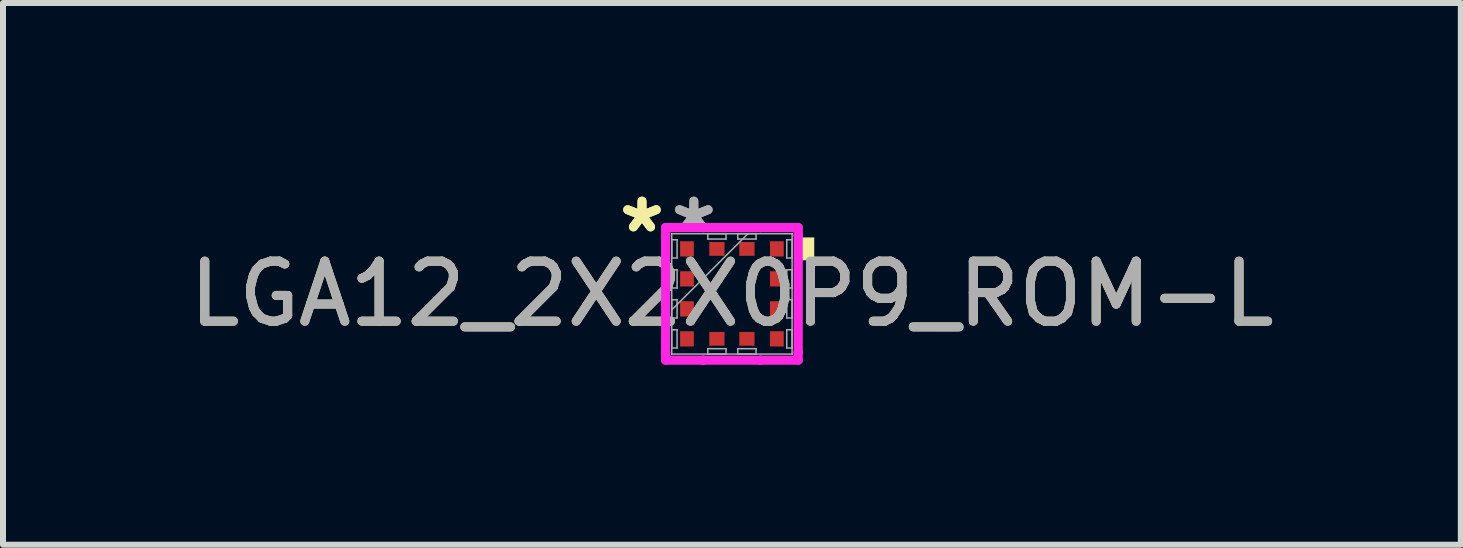
<source format=kicad_pcb>
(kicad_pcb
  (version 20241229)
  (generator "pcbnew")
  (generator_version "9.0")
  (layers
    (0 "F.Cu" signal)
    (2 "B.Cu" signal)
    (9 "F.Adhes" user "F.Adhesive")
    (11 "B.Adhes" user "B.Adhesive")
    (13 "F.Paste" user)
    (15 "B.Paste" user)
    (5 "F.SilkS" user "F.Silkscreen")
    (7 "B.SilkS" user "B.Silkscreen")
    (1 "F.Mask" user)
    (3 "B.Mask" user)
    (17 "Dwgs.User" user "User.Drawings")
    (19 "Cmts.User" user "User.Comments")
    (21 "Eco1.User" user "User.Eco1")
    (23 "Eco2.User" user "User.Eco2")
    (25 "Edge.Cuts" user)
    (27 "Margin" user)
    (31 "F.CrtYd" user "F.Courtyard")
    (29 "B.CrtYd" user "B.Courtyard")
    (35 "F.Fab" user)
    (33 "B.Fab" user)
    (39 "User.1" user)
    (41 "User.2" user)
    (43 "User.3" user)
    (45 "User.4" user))
  (footprint "LGA12_2X2X0P9_ROM-L"
    (layer "F.Cu")
    (at 9.149 1.848)
    (property "Reference" "LGA12_2X2X0P9_ROM-L" (at 0 0 0) (unlocked yes) (layer "F.SilkS") (effects (font (size 1 1) (thickness 0.15))))
    (attr smd)
    (fp_poly (pts (xy 1.372 -0.941) (xy 1.372 -0.56) (xy 1.118 -0.56) (xy 1.118 -0.941)) (stroke (width 0) (type solid)) (fill yes) (layer "F.SilkS"))
    (fp_line (start -1.105 -1.105) (end -0.479 -1.105) (stroke (width 0.152) (type solid)) (layer "F.CrtYd"))
    (fp_line (start -1.105 -0.979) (end -1.105 -1.105) (stroke (width 0.152) (type solid)) (layer "F.CrtYd"))
    (fp_line (start -1.105 -0.979) (end -1.105 -0.979) (stroke (width 0.152) (type solid)) (layer "F.CrtYd"))
    (fp_line (start -1.105 0.979) (end -1.105 -0.979) (stroke (width 0.152) (type solid)) (layer "F.CrtYd"))
    (fp_line (start -1.105 0.979) (end -1.105 0.979) (stroke (width 0.152) (type solid)) (layer "F.CrtYd"))
    (fp_line (start -1.105 1.105) (end -1.105 0.979) (stroke (width 0.152) (type solid)) (layer "F.CrtYd"))
    (fp_line (start -0.479 -1.105) (end -0.479 -1.105) (stroke (width 0.152) (type solid)) (layer "F.CrtYd"))
    (fp_line (start -0.479 -1.105) (end 0.479 -1.105) (stroke (width 0.152) (type solid)) (layer "F.CrtYd"))
    (fp_line (start -0.479 1.105) (end -1.105 1.105) (stroke (width 0.152) (type solid)) (layer "F.CrtYd"))
    (fp_line (start -0.479 1.105) (end -0.479 1.105) (stroke (width 0.152) (type solid)) (layer "F.CrtYd"))
    (fp_line (start 0.479 -1.105) (end 0.479 -1.105) (stroke (width 0.152) (type solid)) (layer "F.CrtYd"))
    (fp_line (start 0.479 -1.105) (end 1.105 -1.105) (stroke (width 0.152) (type solid)) (layer "F.CrtYd"))
    (fp_line (start 0.479 1.105) (end -0.479 1.105) (stroke (width 0.152) (type solid)) (layer "F.CrtYd"))
    (fp_line (start 0.479 1.105) (end 0.479 1.105) (stroke (width 0.152) (type solid)) (layer "F.CrtYd"))
    (fp_line (start 1.105 -1.105) (end 1.105 -0.979) (stroke (width 0.152) (type solid)) (layer "F.CrtYd"))
    (fp_line (start 1.105 -0.979) (end 1.105 -0.979) (stroke (width 0.152) (type solid)) (layer "F.CrtYd"))
    (fp_line (start 1.105 -0.979) (end 1.105 0.979) (stroke (width 0.152) (type solid)) (layer "F.CrtYd"))
    (fp_line (start 1.105 0.979) (end 1.105 0.979) (stroke (width 0.152) (type solid)) (layer "F.CrtYd"))
    (fp_line (start 1.105 0.979) (end 1.105 1.105) (stroke (width 0.152) (type solid)) (layer "F.CrtYd"))
    (fp_line (start 1.105 1.105) (end 0.479 1.105) (stroke (width 0.152) (type solid)) (layer "F.CrtYd"))
    (fp_line (start -1.003 -1.003) (end -1.003 -1.003) (stroke (width 0.025) (type solid)) (layer "F.Fab"))
    (fp_line (start -1.003 -1.003) (end -1.003 1.003) (stroke (width 0.025) (type solid)) (layer "F.Fab"))
    (fp_line (start -1.003 -0.902) (end -0.914 -0.902) (stroke (width 0.025) (type solid)) (layer "F.Fab"))
    (fp_line (start -1.003 -0.598) (end -1.003 -0.902) (stroke (width 0.025) (type solid)) (layer "F.Fab"))
    (fp_line (start -1.003 -0.402) (end -0.914 -0.402) (stroke (width 0.025) (type solid)) (layer "F.Fab"))
    (fp_line (start -1.003 -0.098) (end -1.003 -0.402) (stroke (width 0.025) (type solid)) (layer "F.Fab"))
    (fp_line (start -1.003 0.098) (end -0.914 0.098) (stroke (width 0.025) (type solid)) (layer "F.Fab"))
    (fp_line (start -1.003 0.267) (end 0.267 -1.003) (stroke (width 0.025) (type solid)) (layer "F.Fab"))
    (fp_line (start -1.003 0.402) (end -1.003 0.098) (stroke (width 0.025) (type solid)) (layer "F.Fab"))
    (fp_line (start -1.003 0.598) (end -0.914 0.598) (stroke (width 0.025) (type solid)) (layer "F.Fab"))
    (fp_line (start -1.003 0.902) (end -1.003 0.598) (stroke (width 0.025) (type solid)) (layer "F.Fab"))
    (fp_line (start -1.003 1.003) (end -1.003 1.003) (stroke (width 0.025) (type solid)) (layer "F.Fab"))
    (fp_line (start -1.003 1.003) (end 1.003 1.003) (stroke (width 0.025) (type solid)) (layer "F.Fab"))
    (fp_line (start -0.914 -0.902) (end -0.914 -0.598) (stroke (width 0.025) (type solid)) (layer "F.Fab"))
    (fp_line (start -0.914 -0.598) (end -1.003 -0.598) (stroke (width 0.025) (type solid)) (layer "F.Fab"))
    (fp_line (start -0.914 -0.402) (end -0.914 -0.098) (stroke (width 0.025) (type solid)) (layer "F.Fab"))
    (fp_line (start -0.914 -0.098) (end -1.003 -0.098) (stroke (width 0.025) (type solid)) (layer "F.Fab"))
    (fp_line (start -0.914 0.098) (end -0.914 0.402) (stroke (width 0.025) (type solid)) (layer "F.Fab"))
    (fp_line (start -0.914 0.402) (end -1.003 0.402) (stroke (width 0.025) (type solid)) (layer "F.Fab"))
    (fp_line (start -0.914 0.598) (end -0.914 0.902) (stroke (width 0.025) (type solid)) (layer "F.Fab"))
    (fp_line (start -0.914 0.902) (end -1.003 0.902) (stroke (width 0.025) (type solid)) (layer "F.Fab"))
    (fp_line (start -0.402 -1.003) (end -0.098 -1.003) (stroke (width 0.025) (type solid)) (layer "F.Fab"))
    (fp_line (start -0.402 -0.914) (end -0.402 -1.003) (stroke (width 0.025) (type solid)) (layer "F.Fab"))
    (fp_line (start -0.402 0.914) (end -0.098 0.914) (stroke (width 0.025) (type solid)) (layer "F.Fab"))
    (fp_line (start -0.402 1.003) (end -0.402 0.914) (stroke (width 0.025) (type solid)) (layer "F.Fab"))
    (fp_line (start -0.098 -1.003) (end -0.098 -0.914) (stroke (width 0.025) (type solid)) (layer "F.Fab"))
    (fp_line (start -0.098 -0.914) (end -0.402 -0.914) (stroke (width 0.025) (type solid)) (layer "F.Fab"))
    (fp_line (start -0.098 0.914) (end -0.098 1.003) (stroke (width 0.025) (type solid)) (layer "F.Fab"))
    (fp_line (start -0.098 1.003) (end -0.402 1.003) (stroke (width 0.025) (type solid)) (layer "F.Fab"))
    (fp_line (start 0.098 -1.003) (end 0.402 -1.003) (stroke (width 0.025) (type solid)) (layer "F.Fab"))
    (fp_line (start 0.098 -0.914) (end 0.098 -1.003) (stroke (width 0.025) (type solid)) (layer "F.Fab"))
    (fp_line (start 0.098 0.914) (end 0.402 0.914) (stroke (width 0.025) (type solid)) (layer "F.Fab"))
    (fp_line (start 0.098 1.003) (end 0.098 0.914) (stroke (width 0.025) (type solid)) (layer "F.Fab"))
    (fp_line (start 0.402 -1.003) (end 0.402 -0.914) (stroke (width 0.025) (type solid)) (layer "F.Fab"))
    (fp_line (start 0.402 -0.914) (end 0.098 -0.914) (stroke (width 0.025) (type solid)) (layer "F.Fab"))
    (fp_line (start 0.402 0.914) (end 0.402 1.003) (stroke (width 0.025) (type solid)) (layer "F.Fab"))
    (fp_line (start 0.402 1.003) (end 0.098 1.003) (stroke (width 0.025) (type solid)) (layer "F.Fab"))
    (fp_line (start 0.914 -0.902) (end 1.003 -0.902) (stroke (width 0.025) (type solid)) (layer "F.Fab"))
    (fp_line (start 0.914 -0.598) (end 0.914 -0.902) (stroke (width 0.025) (type solid)) (layer "F.Fab"))
    (fp_line (start 0.914 -0.402) (end 1.003 -0.402) (stroke (width 0.025) (type solid)) (layer "F.Fab"))
    (fp_line (start 0.914 -0.098) (end 0.914 -0.402) (stroke (width 0.025) (type solid)) (layer "F.Fab"))
    (fp_line (start 0.914 0.098) (end 1.003 0.098) (stroke (width 0.025) (type solid)) (layer "F.Fab"))
    (fp_line (start 0.914 0.402) (end 0.914 0.098) (stroke (width 0.025) (type solid)) (layer "F.Fab"))
    (fp_line (start 0.914 0.598) (end 1.003 0.598) (stroke (width 0.025) (type solid)) (layer "F.Fab"))
    (fp_line (start 0.914 0.902) (end 0.914 0.598) (stroke (width 0.025) (type solid)) (layer "F.Fab"))
    (fp_line (start 1.003 -1.003) (end -1.003 -1.003) (stroke (width 0.025) (type solid)) (layer "F.Fab"))
    (fp_line (start 1.003 -1.003) (end 1.003 -1.003) (stroke (width 0.025) (type solid)) (layer "F.Fab"))
    (fp_line (start 1.003 -0.902) (end 1.003 -0.598) (stroke (width 0.025) (type solid)) (layer "F.Fab"))
    (fp_line (start 1.003 -0.598) (end 0.914 -0.598) (stroke (width 0.025) (type solid)) (layer "F.Fab"))
    (fp_line (start 1.003 -0.402) (end 1.003 -0.098) (stroke (width 0.025) (type solid)) (layer "F.Fab"))
    (fp_line (start 1.003 -0.098) (end 0.914 -0.098) (stroke (width 0.025) (type solid)) (layer "F.Fab"))
    (fp_line (start 1.003 0.098) (end 1.003 0.402) (stroke (width 0.025) (type solid)) (layer "F.Fab"))
    (fp_line (start 1.003 0.402) (end 0.914 0.402) (stroke (width 0.025) (type solid)) (layer "F.Fab"))
    (fp_line (start 1.003 0.598) (end 1.003 0.902) (stroke (width 0.025) (type solid)) (layer "F.Fab"))
    (fp_line (start 1.003 0.902) (end 0.914 0.902) (stroke (width 0.025) (type solid)) (layer "F.Fab"))
    (fp_line (start 1.003 1.003) (end 1.003 -1.003) (stroke (width 0.025) (type solid)) (layer "F.Fab"))
    (fp_line (start 1.003 1.003) (end 1.003 1.003) (stroke (width 0.025) (type solid)) (layer "F.Fab"))
    (fp_text user "*" (at -1.499 -1 0) (layer "F.SilkS") (effects (font (size 1 1) (thickness 0.15))))
    (fp_text user "*" (at -1.499 -1 0) (unlocked yes) (layer "F.SilkS") (effects (font (size 1 1) (thickness 0.15))))
    (fp_text user "*" (at -0.635 -1 0) (layer "F.Fab") (effects (font (size 1 1) (thickness 0.15))))
    (fp_text user "*" (at -0.635 -1 0) (unlocked yes) (layer "F.Fab") (effects (font (size 1 1) (thickness 0.15))))
    (fp_text user "${REFERENCE}" (at 0 0 0) (unlocked yes) (layer "F.Fab") (effects (font (size 1 1) (thickness 0.15))))
    (pad "1" smd rect (at -0.749 -0.75 90) (size 0.254 0.229) (layers "F.Cu" "F.Mask" "F.Paste"))
    (pad "2" smd rect (at -0.749 -0.25 90) (size 0.254 0.229) (layers "F.Cu" "F.Mask" "F.Paste"))
    (pad "3" smd rect (at -0.749 0.25 90) (size 0.254 0.229) (layers "F.Cu" "F.Mask" "F.Paste"))
    (pad "4" smd rect (at -0.749 0.75 90) (size 0.254 0.229) (layers "F.Cu" "F.Mask" "F.Paste"))
    (pad "5" smd rect (at -0.25 0.749) (size 0.254 0.229) (layers "F.Cu" "F.Mask" "F.Paste"))
    (pad "6" smd rect (at 0.25 0.749) (size 0.254 0.229) (layers "F.Cu" "F.Mask" "F.Paste"))
    (pad "7" smd rect (at 0.749 0.75 90) (size 0.254 0.229) (layers "F.Cu" "F.Mask" "F.Paste"))
    (pad "8" smd rect (at 0.749 0.25 90) (size 0.254 0.229) (layers "F.Cu" "F.Mask" "F.Paste"))
    (pad "9" smd rect (at 0.749 -0.25 90) (size 0.254 0.229) (layers "F.Cu" "F.Mask" "F.Paste"))
    (pad "10" smd rect (at 0.749 -0.75 90) (size 0.254 0.229) (layers "F.Cu" "F.Mask" "F.Paste"))
    (pad "11" smd rect (at 0.25 -0.749) (size 0.254 0.229) (layers "F.Cu" "F.Mask" "F.Paste"))
    (pad "12" smd rect (at -0.25 -0.749) (size 0.254 0.229) (layers "F.Cu" "F.Mask" "F.Paste")))
  (gr_rect
    (start -3 -3)
    (end 21.298 6.029)
    (stroke (width 0.1) (type default))
    (fill no)
    (layer "Edge.Cuts")))
</source>
